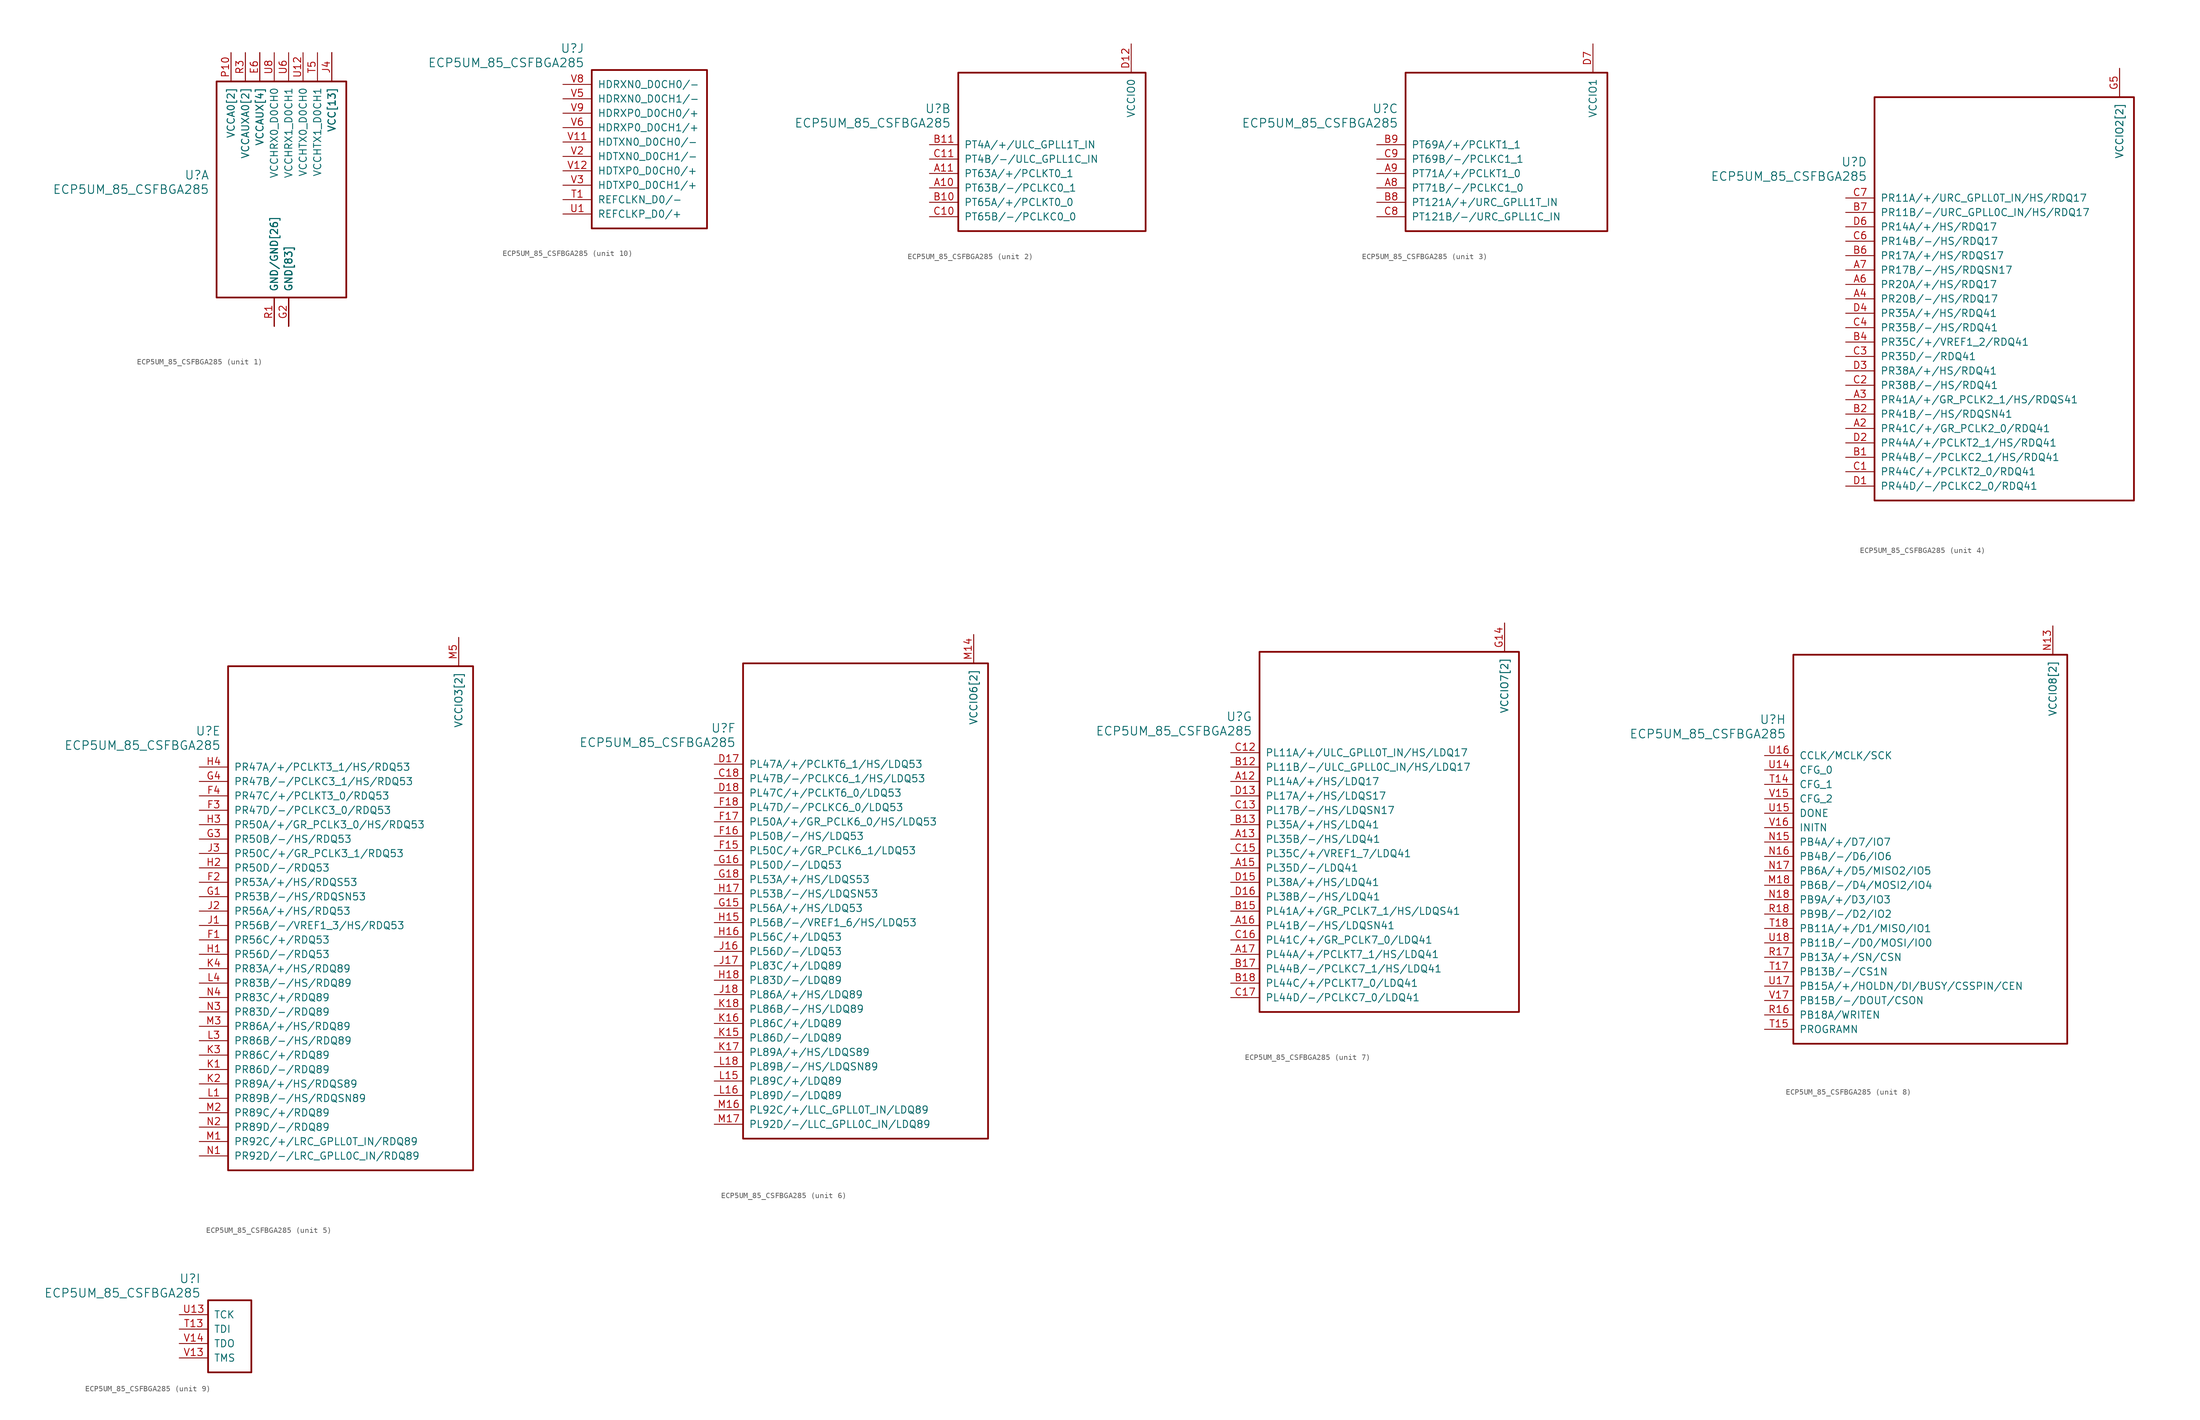
<source format=kicad_sym>
(kicad_symbol_lib
  (version 20211014)
  (generator kicad_symbol_editor)
  (symbol "ECP5UM_85_CSFBGA285"
    (pin_names
      (offset 1.016))
    (property "Reference" "U"
      (at 3.81 6.35 0)
      (effects (font (size 1.524 1.524)) (justify right)))
    (property "Value" "ECP5UM_85_CSFBGA285"
      (at 3.81 3.81 0)
      (effects (font (size 1.524 1.524)) (justify right)))
    (property "ki_locked" ""
      (at 0 0 0)
      (effects (font (size 1.27 1.27))))
    (symbol "ECP5UM_85_CSFBGA285_1_1"
      (rectangle (start 5.08 22.86) (end 27.94 -15.24) (stroke (width 0.305) (type default) (color 0 0 0 0)) (fill (type none)))
      (pin power_in line (at 17.78 -20.32 90) (length 5.08) (name "GND[83]" (effects (font (size 1.27 1.27)))) (number "B16" (effects (font (size 0 0)))))
      (pin power_in line (at 17.78 -20.32 90) (length 5.08) (name "GND[83]" (effects (font (size 1.27 1.27)))) (number "B3" (effects (font (size 0 0)))))
      (pin power_in line (at 25.4 27.94 270) (length 5.08) (name "VCC[13]" (effects (font (size 1.27 1.27)))) (number "D10" (effects (font (size 0 0)))))
      (pin power_in line (at 25.4 27.94 270) (length 5.08) (name "VCC[13]" (effects (font (size 1.27 1.27)))) (number "D11" (effects (font (size 0 0)))))
      (pin power_in line (at 25.4 27.94 270) (length 5.08) (name "VCC[13]" (effects (font (size 1.27 1.27)))) (number "D8" (effects (font (size 0 0)))))
      (pin power_in line (at 25.4 27.94 270) (length 5.08) (name "VCC[13]" (effects (font (size 1.27 1.27)))) (number "D9" (effects (font (size 0 0)))))
      (pin power_in line (at 17.78 -20.32 90) (length 5.08) (name "GND[83]" (effects (font (size 1.27 1.27)))) (number "E10" (effects (font (size 0 0)))))
      (pin power_in line (at 17.78 -20.32 90) (length 5.08) (name "GND[83]" (effects (font (size 1.27 1.27)))) (number "E11" (effects (font (size 0 0)))))
      (pin power_in line (at 17.78 -20.32 90) (length 5.08) (name "GND[83]" (effects (font (size 1.27 1.27)))) (number "E12" (effects (font (size 0 0)))))
      (pin power_in line (at 12.7 27.94 270) (length 5.08) (name "VCCAUX[4]" (effects (font (size 1.27 1.27)))) (number "E13" (effects (font (size 0 0)))))
      (pin power_in line (at 17.78 -20.32 90) (length 5.08) (name "GND[83]" (effects (font (size 1.27 1.27)))) (number "E14" (effects (font (size 0 0)))))
      (pin power_in line (at 17.78 -20.32 90) (length 5.08) (name "GND[83]" (effects (font (size 1.27 1.27)))) (number "E5" (effects (font (size 0 0)))))
      (pin power_in line (at 12.7 27.94 270) (length 5.08) (name "VCCAUX[4]" (effects (font (size 1.27 1.27)))) (number "E6" (effects (font (size 1.27 1.27)))))
      (pin power_in line (at 17.78 -20.32 90) (length 5.08) (name "GND[83]" (effects (font (size 1.27 1.27)))) (number "E7" (effects (font (size 0 0)))))
      (pin power_in line (at 17.78 -20.32 90) (length 5.08) (name "GND[83]" (effects (font (size 1.27 1.27)))) (number "E8" (effects (font (size 0 0)))))
      (pin power_in line (at 17.78 -20.32 90) (length 5.08) (name "GND[83]" (effects (font (size 1.27 1.27)))) (number "E9" (effects (font (size 0 0)))))
      (pin power_in line (at 17.78 -20.32 90) (length 5.08) (name "GND[83]" (effects (font (size 1.27 1.27)))) (number "F10" (effects (font (size 0 0)))))
      (pin power_in line (at 17.78 -20.32 90) (length 5.08) (name "GND[83]" (effects (font (size 1.27 1.27)))) (number "F11" (effects (font (size 0 0)))))
      (pin power_in line (at 17.78 -20.32 90) (length 5.08) (name "GND[83]" (effects (font (size 1.27 1.27)))) (number "F12" (effects (font (size 0 0)))))
      (pin power_in line (at 17.78 -20.32 90) (length 5.08) (name "GND[83]" (effects (font (size 1.27 1.27)))) (number "F13" (effects (font (size 0 0)))))
      (pin power_in line (at 17.78 -20.32 90) (length 5.08) (name "GND[83]" (effects (font (size 1.27 1.27)))) (number "F14" (effects (font (size 0 0)))))
      (pin power_in line (at 17.78 -20.32 90) (length 5.08) (name "GND[83]" (effects (font (size 1.27 1.27)))) (number "F5" (effects (font (size 0 0)))))
      (pin power_in line (at 17.78 -20.32 90) (length 5.08) (name "GND[83]" (effects (font (size 1.27 1.27)))) (number "F6" (effects (font (size 0 0)))))
      (pin power_in line (at 17.78 -20.32 90) (length 5.08) (name "GND[83]" (effects (font (size 1.27 1.27)))) (number "F7" (effects (font (size 0 0)))))
      (pin power_in line (at 17.78 -20.32 90) (length 5.08) (name "GND[83]" (effects (font (size 1.27 1.27)))) (number "F8" (effects (font (size 0 0)))))
      (pin power_in line (at 17.78 -20.32 90) (length 5.08) (name "GND[83]" (effects (font (size 1.27 1.27)))) (number "F9" (effects (font (size 0 0)))))
      (pin power_in line (at 17.78 -20.32 90) (length 5.08) (name "GND[83]" (effects (font (size 1.27 1.27)))) (number "G10" (effects (font (size 0 0)))))
      (pin power_in line (at 17.78 -20.32 90) (length 5.08) (name "GND[83]" (effects (font (size 1.27 1.27)))) (number "G11" (effects (font (size 0 0)))))
      (pin power_in line (at 17.78 -20.32 90) (length 5.08) (name "GND[83]" (effects (font (size 1.27 1.27)))) (number "G12" (effects (font (size 0 0)))))
      (pin power_in line (at 17.78 -20.32 90) (length 5.08) (name "GND[83]" (effects (font (size 1.27 1.27)))) (number "G13" (effects (font (size 0 0)))))
      (pin power_in line (at 17.78 -20.32 90) (length 5.08) (name "GND[83]" (effects (font (size 1.27 1.27)))) (number "G17" (effects (font (size 0 0)))))
      (pin power_in line (at 17.78 -20.32 90) (length 5.08) (name "GND[83]" (effects (font (size 1.27 1.27)))) (number "G2" (effects (font (size 1.27 1.27)))))
      (pin power_in line (at 17.78 -20.32 90) (length 5.08) (name "GND[83]" (effects (font (size 1.27 1.27)))) (number "G6" (effects (font (size 0 0)))))
      (pin power_in line (at 17.78 -20.32 90) (length 5.08) (name "GND[83]" (effects (font (size 1.27 1.27)))) (number "G7" (effects (font (size 0 0)))))
      (pin power_in line (at 17.78 -20.32 90) (length 5.08) (name "GND[83]" (effects (font (size 1.27 1.27)))) (number "G8" (effects (font (size 0 0)))))
      (pin power_in line (at 17.78 -20.32 90) (length 5.08) (name "GND[83]" (effects (font (size 1.27 1.27)))) (number "G9" (effects (font (size 0 0)))))
      (pin power_in line (at 17.78 -20.32 90) (length 5.08) (name "GND[83]" (effects (font (size 1.27 1.27)))) (number "H10" (effects (font (size 0 0)))))
      (pin power_in line (at 17.78 -20.32 90) (length 5.08) (name "GND[83]" (effects (font (size 1.27 1.27)))) (number "H11" (effects (font (size 0 0)))))
      (pin power_in line (at 17.78 -20.32 90) (length 5.08) (name "GND[83]" (effects (font (size 1.27 1.27)))) (number "H12" (effects (font (size 0 0)))))
      (pin power_in line (at 17.78 -20.32 90) (length 5.08) (name "GND[83]" (effects (font (size 1.27 1.27)))) (number "H13" (effects (font (size 0 0)))))
      (pin power_in line (at 17.78 -20.32 90) (length 5.08) (name "GND[83]" (effects (font (size 1.27 1.27)))) (number "H6" (effects (font (size 0 0)))))
      (pin power_in line (at 17.78 -20.32 90) (length 5.08) (name "GND[83]" (effects (font (size 1.27 1.27)))) (number "H7" (effects (font (size 0 0)))))
      (pin power_in line (at 17.78 -20.32 90) (length 5.08) (name "GND[83]" (effects (font (size 1.27 1.27)))) (number "H8" (effects (font (size 0 0)))))
      (pin power_in line (at 17.78 -20.32 90) (length 5.08) (name "GND[83]" (effects (font (size 1.27 1.27)))) (number "H9" (effects (font (size 0 0)))))
      (pin power_in line (at 17.78 -20.32 90) (length 5.08) (name "GND[83]" (effects (font (size 1.27 1.27)))) (number "J10" (effects (font (size 0 0)))))
      (pin power_in line (at 17.78 -20.32 90) (length 5.08) (name "GND[83]" (effects (font (size 1.27 1.27)))) (number "J11" (effects (font (size 0 0)))))
      (pin power_in line (at 17.78 -20.32 90) (length 5.08) (name "GND[83]" (effects (font (size 1.27 1.27)))) (number "J12" (effects (font (size 0 0)))))
      (pin power_in line (at 17.78 -20.32 90) (length 5.08) (name "GND[83]" (effects (font (size 1.27 1.27)))) (number "J13" (effects (font (size 0 0)))))
      (pin power_in line (at 25.4 27.94 270) (length 5.08) (name "VCC[13]" (effects (font (size 1.27 1.27)))) (number "J14" (effects (font (size 0 0)))))
      (pin power_in line (at 25.4 27.94 270) (length 5.08) (name "VCC[13]" (effects (font (size 1.27 1.27)))) (number "J15" (effects (font (size 0 0)))))
      (pin power_in line (at 25.4 27.94 270) (length 5.08) (name "VCC[13]" (effects (font (size 1.27 1.27)))) (number "J4" (effects (font (size 1.27 1.27)))))
      (pin power_in line (at 25.4 27.94 270) (length 5.08) (name "VCC[13]" (effects (font (size 1.27 1.27)))) (number "J5" (effects (font (size 0 0)))))
      (pin power_in line (at 17.78 -20.32 90) (length 5.08) (name "GND[83]" (effects (font (size 1.27 1.27)))) (number "J6" (effects (font (size 0 0)))))
      (pin power_in line (at 17.78 -20.32 90) (length 5.08) (name "GND[83]" (effects (font (size 1.27 1.27)))) (number "J7" (effects (font (size 0 0)))))
      (pin power_in line (at 17.78 -20.32 90) (length 5.08) (name "GND[83]" (effects (font (size 1.27 1.27)))) (number "J8" (effects (font (size 0 0)))))
      (pin power_in line (at 17.78 -20.32 90) (length 5.08) (name "GND[83]" (effects (font (size 1.27 1.27)))) (number "J9" (effects (font (size 0 0)))))
      (pin power_in line (at 17.78 -20.32 90) (length 5.08) (name "GND[83]" (effects (font (size 1.27 1.27)))) (number "K10" (effects (font (size 0 0)))))
      (pin power_in line (at 17.78 -20.32 90) (length 5.08) (name "GND[83]" (effects (font (size 1.27 1.27)))) (number "K11" (effects (font (size 0 0)))))
      (pin power_in line (at 17.78 -20.32 90) (length 5.08) (name "GND[83]" (effects (font (size 1.27 1.27)))) (number "K12" (effects (font (size 0 0)))))
      (pin power_in line (at 17.78 -20.32 90) (length 5.08) (name "GND[83]" (effects (font (size 1.27 1.27)))) (number "K13" (effects (font (size 0 0)))))
      (pin power_in line (at 17.78 -20.32 90) (length 5.08) (name "GND[83]" (effects (font (size 1.27 1.27)))) (number "K14" (effects (font (size 0 0)))))
      (pin power_in line (at 17.78 -20.32 90) (length 5.08) (name "GND[83]" (effects (font (size 1.27 1.27)))) (number "K5" (effects (font (size 0 0)))))
      (pin power_in line (at 17.78 -20.32 90) (length 5.08) (name "GND[83]" (effects (font (size 1.27 1.27)))) (number "K6" (effects (font (size 0 0)))))
      (pin power_in line (at 17.78 -20.32 90) (length 5.08) (name "GND[83]" (effects (font (size 1.27 1.27)))) (number "K7" (effects (font (size 0 0)))))
      (pin power_in line (at 17.78 -20.32 90) (length 5.08) (name "GND[83]" (effects (font (size 1.27 1.27)))) (number "K8" (effects (font (size 0 0)))))
      (pin power_in line (at 17.78 -20.32 90) (length 5.08) (name "GND[83]" (effects (font (size 1.27 1.27)))) (number "K9" (effects (font (size 0 0)))))
      (pin power_in line (at 17.78 -20.32 90) (length 5.08) (name "GND[83]" (effects (font (size 1.27 1.27)))) (number "L10" (effects (font (size 0 0)))))
      (pin power_in line (at 17.78 -20.32 90) (length 5.08) (name "GND[83]" (effects (font (size 1.27 1.27)))) (number "L11" (effects (font (size 0 0)))))
      (pin power_in line (at 17.78 -20.32 90) (length 5.08) (name "GND[83]" (effects (font (size 1.27 1.27)))) (number "L12" (effects (font (size 0 0)))))
      (pin power_in line (at 17.78 -20.32 90) (length 5.08) (name "GND[83]" (effects (font (size 1.27 1.27)))) (number "L13" (effects (font (size 0 0)))))
      (pin power_in line (at 17.78 -20.32 90) (length 5.08) (name "GND[83]" (effects (font (size 1.27 1.27)))) (number "L14" (effects (font (size 0 0)))))
      (pin power_in line (at 17.78 -20.32 90) (length 5.08) (name "GND[83]" (effects (font (size 1.27 1.27)))) (number "L17" (effects (font (size 0 0)))))
      (pin power_in line (at 17.78 -20.32 90) (length 5.08) (name "GND[83]" (effects (font (size 1.27 1.27)))) (number "L2" (effects (font (size 0 0)))))
      (pin power_in line (at 17.78 -20.32 90) (length 5.08) (name "GND[83]" (effects (font (size 1.27 1.27)))) (number "L5" (effects (font (size 0 0)))))
      (pin power_in line (at 17.78 -20.32 90) (length 5.08) (name "GND[83]" (effects (font (size 1.27 1.27)))) (number "L6" (effects (font (size 0 0)))))
      (pin power_in line (at 17.78 -20.32 90) (length 5.08) (name "GND[83]" (effects (font (size 1.27 1.27)))) (number "L7" (effects (font (size 0 0)))))
      (pin power_in line (at 17.78 -20.32 90) (length 5.08) (name "GND[83]" (effects (font (size 1.27 1.27)))) (number "L8" (effects (font (size 0 0)))))
      (pin power_in line (at 17.78 -20.32 90) (length 5.08) (name "GND[83]" (effects (font (size 1.27 1.27)))) (number "L9" (effects (font (size 0 0)))))
      (pin power_in line (at 17.78 -20.32 90) (length 5.08) (name "GND[83]" (effects (font (size 1.27 1.27)))) (number "M10" (effects (font (size 0 0)))))
      (pin power_in line (at 17.78 -20.32 90) (length 5.08) (name "GND[83]" (effects (font (size 1.27 1.27)))) (number "M11" (effects (font (size 0 0)))))
      (pin power_in line (at 17.78 -20.32 90) (length 5.08) (name "GND[83]" (effects (font (size 1.27 1.27)))) (number "M12" (effects (font (size 0 0)))))
      (pin power_in line (at 17.78 -20.32 90) (length 5.08) (name "GND[83]" (effects (font (size 1.27 1.27)))) (number "M13" (effects (font (size 0 0)))))
      (pin power_in line (at 25.4 27.94 270) (length 5.08) (name "VCC[13]" (effects (font (size 1.27 1.27)))) (number "M15" (effects (font (size 0 0)))))
      (pin power_in line (at 25.4 27.94 270) (length 5.08) (name "VCC[13]" (effects (font (size 1.27 1.27)))) (number "M4" (effects (font (size 0 0)))))
      (pin power_in line (at 17.78 -20.32 90) (length 5.08) (name "GND[83]" (effects (font (size 1.27 1.27)))) (number "M6" (effects (font (size 0 0)))))
      (pin power_in line (at 17.78 -20.32 90) (length 5.08) (name "GND[83]" (effects (font (size 1.27 1.27)))) (number "M7" (effects (font (size 0 0)))))
      (pin power_in line (at 17.78 -20.32 90) (length 5.08) (name "GND[83]" (effects (font (size 1.27 1.27)))) (number "M8" (effects (font (size 0 0)))))
      (pin power_in line (at 17.78 -20.32 90) (length 5.08) (name "GND[83]" (effects (font (size 1.27 1.27)))) (number "M9" (effects (font (size 0 0)))))
      (pin power_in line (at 17.78 -20.32 90) (length 5.08) (name "GND[83]" (effects (font (size 1.27 1.27)))) (number "N10" (effects (font (size 0 0)))))
      (pin power_in line (at 17.78 -20.32 90) (length 5.08) (name "GND[83]" (effects (font (size 1.27 1.27)))) (number "N11" (effects (font (size 0 0)))))
      (pin power_in line (at 17.78 -20.32 90) (length 5.08) (name "GND[83]" (effects (font (size 1.27 1.27)))) (number "N12" (effects (font (size 0 0)))))
      (pin power_in line (at 12.7 27.94 270) (length 5.08) (name "VCCAUX[4]" (effects (font (size 1.27 1.27)))) (number "N6" (effects (font (size 0 0)))))
      (pin power_in line (at 17.78 -20.32 90) (length 5.08) (name "GND[83]" (effects (font (size 1.27 1.27)))) (number "N7" (effects (font (size 0 0)))))
      (pin power_in line (at 17.78 -20.32 90) (length 5.08) (name "GND[83]" (effects (font (size 1.27 1.27)))) (number "N8" (effects (font (size 0 0)))))
      (pin power_in line (at 17.78 -20.32 90) (length 5.08) (name "GND[83]" (effects (font (size 1.27 1.27)))) (number "N9" (effects (font (size 0 0)))))
      (pin power_in line (at 7.62 27.94 270) (length 5.08) (name "VCCA0[2]" (effects (font (size 1.27 1.27)))) (number "P10" (effects (font (size 1.27 1.27)))))
      (pin power_in line (at 25.4 27.94 270) (length 5.08) (name "VCC[13]" (effects (font (size 1.27 1.27)))) (number "P11" (effects (font (size 0 0)))))
      (pin power_in line (at 15.24 -20.32 90) (length 5.08) (name "GND/GND[26]" (effects (font (size 1.27 1.27)))) (number "P12" (effects (font (size 0 0)))))
      (pin power_in line (at 12.7 27.94 270) (length 5.08) (name "VCCAUX[4]" (effects (font (size 1.27 1.27)))) (number "P13" (effects (font (size 0 0)))))
      (pin power_in line (at 10.16 27.94 270) (length 5.08) (name "VCCAUXA0[2]" (effects (font (size 1.27 1.27)))) (number "P5" (effects (font (size 0 0)))))
      (pin power_in line (at 15.24 -20.32 90) (length 5.08) (name "GND/GND[26]" (effects (font (size 1.27 1.27)))) (number "P6" (effects (font (size 0 0)))))
      (pin power_in line (at 25.4 27.94 270) (length 5.08) (name "VCC[13]" (effects (font (size 1.27 1.27)))) (number "P7" (effects (font (size 0 0)))))
      (pin power_in line (at 15.24 -20.32 90) (length 5.08) (name "GND/GND[26]" (effects (font (size 1.27 1.27)))) (number "P8" (effects (font (size 0 0)))))
      (pin power_in line (at 25.4 27.94 270) (length 5.08) (name "VCC[13]" (effects (font (size 1.27 1.27)))) (number "P9" (effects (font (size 0 0)))))
      (pin power_in line (at 15.24 -20.32 90) (length 5.08) (name "GND/GND[26]" (effects (font (size 1.27 1.27)))) (number "R1" (effects (font (size 1.27 1.27)))))
      (pin power_in line (at 7.62 27.94 270) (length 5.08) (name "VCCA0[2]" (effects (font (size 1.27 1.27)))) (number "R10" (effects (font (size 0 0)))))
      (pin power_in line (at 15.24 -20.32 90) (length 5.08) (name "GND/GND[26]" (effects (font (size 1.27 1.27)))) (number "R2" (effects (font (size 0 0)))))
      (pin power_in line (at 10.16 27.94 270) (length 5.08) (name "VCCAUXA0[2]" (effects (font (size 1.27 1.27)))) (number "R3" (effects (font (size 1.27 1.27)))))
      (pin power_in line (at 15.24 -20.32 90) (length 5.08) (name "GND/GND[26]" (effects (font (size 1.27 1.27)))) (number "T10" (effects (font (size 0 0)))))
      (pin power_in line (at 15.24 -20.32 90) (length 5.08) (name "GND/GND[26]" (effects (font (size 1.27 1.27)))) (number "T11" (effects (font (size 0 0)))))
      (pin power_in line (at 15.24 -20.32 90) (length 5.08) (name "GND/GND[26]" (effects (font (size 1.27 1.27)))) (number "T12" (effects (font (size 0 0)))))
      (pin power_in line (at 17.78 -20.32 90) (length 5.08) (name "GND[83]" (effects (font (size 1.27 1.27)))) (number "T16" (effects (font (size 0 0)))))
      (pin power_in line (at 15.24 -20.32 90) (length 5.08) (name "GND/GND[26]" (effects (font (size 1.27 1.27)))) (number "T2" (effects (font (size 0 0)))))
      (pin power_in line (at 15.24 -20.32 90) (length 5.08) (name "GND/GND[26]" (effects (font (size 1.27 1.27)))) (number "T3" (effects (font (size 0 0)))))
      (pin power_in line (at 15.24 -20.32 90) (length 5.08) (name "GND/GND[26]" (effects (font (size 1.27 1.27)))) (number "T4" (effects (font (size 0 0)))))
      (pin power_in line (at 22.86 27.94 270) (length 5.08) (name "VCCHTX1_D0CH1" (effects (font (size 1.27 1.27)))) (number "T5" (effects (font (size 1.27 1.27)))))
      (pin power_in line (at 15.24 -20.32 90) (length 5.08) (name "GND/GND[26]" (effects (font (size 1.27 1.27)))) (number "T6" (effects (font (size 0 0)))))
      (pin power_in line (at 15.24 -20.32 90) (length 5.08) (name "GND/GND[26]" (effects (font (size 1.27 1.27)))) (number "T7" (effects (font (size 0 0)))))
      (pin power_in line (at 15.24 -20.32 90) (length 5.08) (name "GND/GND[26]" (effects (font (size 1.27 1.27)))) (number "T8" (effects (font (size 0 0)))))
      (pin power_in line (at 15.24 -20.32 90) (length 5.08) (name "GND/GND[26]" (effects (font (size 1.27 1.27)))) (number "T9" (effects (font (size 0 0)))))
      (pin power_in line (at 15.24 -20.32 90) (length 5.08) (name "GND/GND[26]" (effects (font (size 1.27 1.27)))) (number "U10" (effects (font (size 0 0)))))
      (pin power_in line (at 15.24 -20.32 90) (length 5.08) (name "GND/GND[26]" (effects (font (size 1.27 1.27)))) (number "U11" (effects (font (size 0 0)))))
      (pin power_in line (at 20.32 27.94 270) (length 5.08) (name "VCCHTX0_D0CH0" (effects (font (size 1.27 1.27)))) (number "U12" (effects (font (size 1.27 1.27)))))
      (pin power_in line (at 15.24 -20.32 90) (length 5.08) (name "GND/GND[26]" (effects (font (size 1.27 1.27)))) (number "U2" (effects (font (size 0 0)))))
      (pin power_in line (at 15.24 -20.32 90) (length 5.08) (name "GND/GND[26]" (effects (font (size 1.27 1.27)))) (number "U3" (effects (font (size 0 0)))))
      (pin power_in line (at 15.24 -20.32 90) (length 5.08) (name "GND/GND[26]" (effects (font (size 1.27 1.27)))) (number "U4" (effects (font (size 0 0)))))
      (pin power_in line (at 15.24 -20.32 90) (length 5.08) (name "GND/GND[26]" (effects (font (size 1.27 1.27)))) (number "U5" (effects (font (size 0 0)))))
      (pin power_in line (at 17.78 27.94 270) (length 5.08) (name "VCCHRX1_D0CH1" (effects (font (size 1.27 1.27)))) (number "U6" (effects (font (size 1.27 1.27)))))
      (pin power_in line (at 15.24 -20.32 90) (length 5.08) (name "GND/GND[26]" (effects (font (size 1.27 1.27)))) (number "U7" (effects (font (size 0 0)))))
      (pin power_in line (at 15.24 27.94 270) (length 5.08) (name "VCCHRX0_D0CH0" (effects (font (size 1.27 1.27)))) (number "U8" (effects (font (size 1.27 1.27)))))
      (pin power_in line (at 15.24 -20.32 90) (length 5.08) (name "GND/GND[26]" (effects (font (size 1.27 1.27)))) (number "U9" (effects (font (size 0 0)))))
      (pin power_in line (at 15.24 -20.32 90) (length 5.08) (name "GND/GND[26]" (effects (font (size 1.27 1.27)))) (number "V10" (effects (font (size 0 0)))))
      (pin power_in line (at 15.24 -20.32 90) (length 5.08) (name "GND/GND[26]" (effects (font (size 1.27 1.27)))) (number "V4" (effects (font (size 0 0)))))
      (pin power_in line (at 15.24 -20.32 90) (length 5.08) (name "GND/GND[26]" (effects (font (size 1.27 1.27)))) (number "V7" (effects (font (size 0 0))))))
    (symbol "ECP5UM_85_CSFBGA285_2_1"
      (rectangle (start 5.08 12.7) (end 38.1 -15.24) (stroke (width 0.305) (type default) (color 0 0 0 0)) (fill (type none)))
      (pin bidirectional line (at 0 -7.62 0) (length 5.08) (name "PT63B/-/PCLKC0_1" (effects (font (size 1.27 1.27)))) (number "A10" (effects (font (size 1.27 1.27)))))
      (pin bidirectional line (at 0 -5.08 0) (length 5.08) (name "PT63A/+/PCLKT0_1" (effects (font (size 1.27 1.27)))) (number "A11" (effects (font (size 1.27 1.27)))))
      (pin bidirectional line (at 0 -10.16 0) (length 5.08) (name "PT65A/+/PCLKT0_0" (effects (font (size 1.27 1.27)))) (number "B10" (effects (font (size 1.27 1.27)))))
      (pin bidirectional line (at 0 0 0) (length 5.08) (name "PT4A/+/ULC_GPLL1T_IN" (effects (font (size 1.27 1.27)))) (number "B11" (effects (font (size 1.27 1.27)))))
      (pin bidirectional line (at 0 -12.7 0) (length 5.08) (name "PT65B/-/PCLKC0_0" (effects (font (size 1.27 1.27)))) (number "C10" (effects (font (size 1.27 1.27)))))
      (pin bidirectional line (at 0 -2.54 0) (length 5.08) (name "PT4B/-/ULC_GPLL1C_IN" (effects (font (size 1.27 1.27)))) (number "C11" (effects (font (size 1.27 1.27)))))
      (pin power_in line (at 35.56 17.78 270) (length 5.08) (name "VCCIO0" (effects (font (size 1.27 1.27)))) (number "D12" (effects (font (size 1.27 1.27))))))
    (symbol "ECP5UM_85_CSFBGA285_3_1"
      (rectangle (start 5.08 12.7) (end 40.64 -15.24) (stroke (width 0.305) (type default) (color 0 0 0 0)) (fill (type none)))
      (pin bidirectional line (at 0 -7.62 0) (length 5.08) (name "PT71B/-/PCLKC1_0" (effects (font (size 1.27 1.27)))) (number "A8" (effects (font (size 1.27 1.27)))))
      (pin bidirectional line (at 0 -5.08 0) (length 5.08) (name "PT71A/+/PCLKT1_0" (effects (font (size 1.27 1.27)))) (number "A9" (effects (font (size 1.27 1.27)))))
      (pin bidirectional line (at 0 -10.16 0) (length 5.08) (name "PT121A/+/URC_GPLL1T_IN" (effects (font (size 1.27 1.27)))) (number "B8" (effects (font (size 1.27 1.27)))))
      (pin bidirectional line (at 0 0 0) (length 5.08) (name "PT69A/+/PCLKT1_1" (effects (font (size 1.27 1.27)))) (number "B9" (effects (font (size 1.27 1.27)))))
      (pin bidirectional line (at 0 -12.7 0) (length 5.08) (name "PT121B/-/URC_GPLL1C_IN" (effects (font (size 1.27 1.27)))) (number "C8" (effects (font (size 1.27 1.27)))))
      (pin bidirectional line (at 0 -2.54 0) (length 5.08) (name "PT69B/-/PCLKC1_1" (effects (font (size 1.27 1.27)))) (number "C9" (effects (font (size 1.27 1.27)))))
      (pin power_in line (at 38.1 17.78 270) (length 5.08) (name "VCCIO1" (effects (font (size 1.27 1.27)))) (number "D7" (effects (font (size 1.27 1.27))))))
    (symbol "ECP5UM_85_CSFBGA285_4_1"
      (rectangle (start 5.08 17.78) (end 50.8 -53.34) (stroke (width 0.305) (type default) (color 0 0 0 0)) (fill (type none)))
      (pin bidirectional line (at 0 -40.64 0) (length 5.08) (name "PR41C/+/GR_PCLK2_0/RDQ41" (effects (font (size 1.27 1.27)))) (number "A2" (effects (font (size 1.27 1.27)))))
      (pin bidirectional line (at 0 -35.56 0) (length 5.08) (name "PR41A/+/GR_PCLK2_1/HS/RDQS41" (effects (font (size 1.27 1.27)))) (number "A3" (effects (font (size 1.27 1.27)))))
      (pin bidirectional line (at 0 -17.78 0) (length 5.08) (name "PR20B/-/HS/RDQ17" (effects (font (size 1.27 1.27)))) (number "A4" (effects (font (size 1.27 1.27)))))
      (pin bidirectional line (at 0 -15.24 0) (length 5.08) (name "PR20A/+/HS/RDQ17" (effects (font (size 1.27 1.27)))) (number "A6" (effects (font (size 1.27 1.27)))))
      (pin bidirectional line (at 0 -12.7 0) (length 5.08) (name "PR17B/-/HS/RDQSN17" (effects (font (size 1.27 1.27)))) (number "A7" (effects (font (size 1.27 1.27)))))
      (pin bidirectional line (at 0 -45.72 0) (length 5.08) (name "PR44B/-/PCLKC2_1/HS/RDQ41" (effects (font (size 1.27 1.27)))) (number "B1" (effects (font (size 1.27 1.27)))))
      (pin bidirectional line (at 0 -38.1 0) (length 5.08) (name "PR41B/-/HS/RDQSN41" (effects (font (size 1.27 1.27)))) (number "B2" (effects (font (size 1.27 1.27)))))
      (pin bidirectional line (at 0 -25.4 0) (length 5.08) (name "PR35C/+/VREF1_2/RDQ41" (effects (font (size 1.27 1.27)))) (number "B4" (effects (font (size 1.27 1.27)))))
      (pin bidirectional line (at 0 -10.16 0) (length 5.08) (name "PR17A/+/HS/RDQS17" (effects (font (size 1.27 1.27)))) (number "B6" (effects (font (size 1.27 1.27)))))
      (pin bidirectional line (at 0 -2.54 0) (length 5.08) (name "PR11B/-/URC_GPLL0C_IN/HS/RDQ17" (effects (font (size 1.27 1.27)))) (number "B7" (effects (font (size 1.27 1.27)))))
      (pin bidirectional line (at 0 -48.26 0) (length 5.08) (name "PR44C/+/PCLKT2_0/RDQ41" (effects (font (size 1.27 1.27)))) (number "C1" (effects (font (size 1.27 1.27)))))
      (pin bidirectional line (at 0 -33.02 0) (length 5.08) (name "PR38B/-/HS/RDQ41" (effects (font (size 1.27 1.27)))) (number "C2" (effects (font (size 1.27 1.27)))))
      (pin bidirectional line (at 0 -27.94 0) (length 5.08) (name "PR35D/-/RDQ41" (effects (font (size 1.27 1.27)))) (number "C3" (effects (font (size 1.27 1.27)))))
      (pin bidirectional line (at 0 -22.86 0) (length 5.08) (name "PR35B/-/HS/RDQ41" (effects (font (size 1.27 1.27)))) (number "C4" (effects (font (size 1.27 1.27)))))
      (pin bidirectional line (at 0 -7.62 0) (length 5.08) (name "PR14B/-/HS/RDQ17" (effects (font (size 1.27 1.27)))) (number "C6" (effects (font (size 1.27 1.27)))))
      (pin bidirectional line (at 0 0 0) (length 5.08) (name "PR11A/+/URC_GPLL0T_IN/HS/RDQ17" (effects (font (size 1.27 1.27)))) (number "C7" (effects (font (size 1.27 1.27)))))
      (pin bidirectional line (at 0 -50.8 0) (length 5.08) (name "PR44D/-/PCLKC2_0/RDQ41" (effects (font (size 1.27 1.27)))) (number "D1" (effects (font (size 1.27 1.27)))))
      (pin bidirectional line (at 0 -43.18 0) (length 5.08) (name "PR44A/+/PCLKT2_1/HS/RDQ41" (effects (font (size 1.27 1.27)))) (number "D2" (effects (font (size 1.27 1.27)))))
      (pin bidirectional line (at 0 -30.48 0) (length 5.08) (name "PR38A/+/HS/RDQ41" (effects (font (size 1.27 1.27)))) (number "D3" (effects (font (size 1.27 1.27)))))
      (pin bidirectional line (at 0 -20.32 0) (length 5.08) (name "PR35A/+/HS/RDQ41" (effects (font (size 1.27 1.27)))) (number "D4" (effects (font (size 1.27 1.27)))))
      (pin bidirectional line (at 0 -5.08 0) (length 5.08) (name "PR14A/+/HS/RDQ17" (effects (font (size 1.27 1.27)))) (number "D6" (effects (font (size 1.27 1.27)))))
      (pin power_in line (at 48.26 22.86 270) (length 5.08) (name "VCCIO2[2]" (effects (font (size 1.27 1.27)))) (number "G5" (effects (font (size 1.27 1.27)))))
      (pin power_in line (at 48.26 22.86 270) (length 5.08) (name "VCCIO2[2]" (effects (font (size 1.27 1.27)))) (number "H5" (effects (font (size 0 0))))))
    (symbol "ECP5UM_85_CSFBGA285_5_1"
      (rectangle (start 5.08 17.78) (end 48.26 -71.12) (stroke (width 0.305) (type default) (color 0 0 0 0)) (fill (type none)))
      (pin bidirectional line (at 0 -30.48 0) (length 5.08) (name "PR56C/+/RDQ53" (effects (font (size 1.27 1.27)))) (number "F1" (effects (font (size 1.27 1.27)))))
      (pin bidirectional line (at 0 -20.32 0) (length 5.08) (name "PR53A/+/HS/RDQS53" (effects (font (size 1.27 1.27)))) (number "F2" (effects (font (size 1.27 1.27)))))
      (pin bidirectional line (at 0 -7.62 0) (length 5.08) (name "PR47D/-/PCLKC3_0/RDQ53" (effects (font (size 1.27 1.27)))) (number "F3" (effects (font (size 1.27 1.27)))))
      (pin bidirectional line (at 0 -5.08 0) (length 5.08) (name "PR47C/+/PCLKT3_0/RDQ53" (effects (font (size 1.27 1.27)))) (number "F4" (effects (font (size 1.27 1.27)))))
      (pin bidirectional line (at 0 -22.86 0) (length 5.08) (name "PR53B/-/HS/RDQSN53" (effects (font (size 1.27 1.27)))) (number "G1" (effects (font (size 1.27 1.27)))))
      (pin bidirectional line (at 0 -12.7 0) (length 5.08) (name "PR50B/-/HS/RDQ53" (effects (font (size 1.27 1.27)))) (number "G3" (effects (font (size 1.27 1.27)))))
      (pin bidirectional line (at 0 -2.54 0) (length 5.08) (name "PR47B/-/PCLKC3_1/HS/RDQ53" (effects (font (size 1.27 1.27)))) (number "G4" (effects (font (size 1.27 1.27)))))
      (pin bidirectional line (at 0 -33.02 0) (length 5.08) (name "PR56D/-/RDQ53" (effects (font (size 1.27 1.27)))) (number "H1" (effects (font (size 1.27 1.27)))))
      (pin bidirectional line (at 0 -17.78 0) (length 5.08) (name "PR50D/-/RDQ53" (effects (font (size 1.27 1.27)))) (number "H2" (effects (font (size 1.27 1.27)))))
      (pin bidirectional line (at 0 -10.16 0) (length 5.08) (name "PR50A/+/GR_PCLK3_0/HS/RDQ53" (effects (font (size 1.27 1.27)))) (number "H3" (effects (font (size 1.27 1.27)))))
      (pin bidirectional line (at 0 0 0) (length 5.08) (name "PR47A/+/PCLKT3_1/HS/RDQ53" (effects (font (size 1.27 1.27)))) (number "H4" (effects (font (size 1.27 1.27)))))
      (pin bidirectional line (at 0 -27.94 0) (length 5.08) (name "PR56B/-/VREF1_3/HS/RDQ53" (effects (font (size 1.27 1.27)))) (number "J1" (effects (font (size 1.27 1.27)))))
      (pin bidirectional line (at 0 -25.4 0) (length 5.08) (name "PR56A/+/HS/RDQ53" (effects (font (size 1.27 1.27)))) (number "J2" (effects (font (size 1.27 1.27)))))
      (pin bidirectional line (at 0 -15.24 0) (length 5.08) (name "PR50C/+/GR_PCLK3_1/RDQ53" (effects (font (size 1.27 1.27)))) (number "J3" (effects (font (size 1.27 1.27)))))
      (pin bidirectional line (at 0 -53.34 0) (length 5.08) (name "PR86D/-/RDQ89" (effects (font (size 1.27 1.27)))) (number "K1" (effects (font (size 1.27 1.27)))))
      (pin bidirectional line (at 0 -55.88 0) (length 5.08) (name "PR89A/+/HS/RDQS89" (effects (font (size 1.27 1.27)))) (number "K2" (effects (font (size 1.27 1.27)))))
      (pin bidirectional line (at 0 -50.8 0) (length 5.08) (name "PR86C/+/RDQ89" (effects (font (size 1.27 1.27)))) (number "K3" (effects (font (size 1.27 1.27)))))
      (pin bidirectional line (at 0 -35.56 0) (length 5.08) (name "PR83A/+/HS/RDQ89" (effects (font (size 1.27 1.27)))) (number "K4" (effects (font (size 1.27 1.27)))))
      (pin bidirectional line (at 0 -58.42 0) (length 5.08) (name "PR89B/-/HS/RDQSN89" (effects (font (size 1.27 1.27)))) (number "L1" (effects (font (size 1.27 1.27)))))
      (pin bidirectional line (at 0 -48.26 0) (length 5.08) (name "PR86B/-/HS/RDQ89" (effects (font (size 1.27 1.27)))) (number "L3" (effects (font (size 1.27 1.27)))))
      (pin bidirectional line (at 0 -38.1 0) (length 5.08) (name "PR83B/-/HS/RDQ89" (effects (font (size 1.27 1.27)))) (number "L4" (effects (font (size 1.27 1.27)))))
      (pin bidirectional line (at 0 -66.04 0) (length 5.08) (name "PR92C/+/LRC_GPLL0T_IN/RDQ89" (effects (font (size 1.27 1.27)))) (number "M1" (effects (font (size 1.27 1.27)))))
      (pin bidirectional line (at 0 -60.96 0) (length 5.08) (name "PR89C/+/RDQ89" (effects (font (size 1.27 1.27)))) (number "M2" (effects (font (size 1.27 1.27)))))
      (pin bidirectional line (at 0 -45.72 0) (length 5.08) (name "PR86A/+/HS/RDQ89" (effects (font (size 1.27 1.27)))) (number "M3" (effects (font (size 1.27 1.27)))))
      (pin power_in line (at 45.72 22.86 270) (length 5.08) (name "VCCIO3[2]" (effects (font (size 1.27 1.27)))) (number "M5" (effects (font (size 1.27 1.27)))))
      (pin bidirectional line (at 0 -68.58 0) (length 5.08) (name "PR92D/-/LRC_GPLL0C_IN/RDQ89" (effects (font (size 1.27 1.27)))) (number "N1" (effects (font (size 1.27 1.27)))))
      (pin bidirectional line (at 0 -63.5 0) (length 5.08) (name "PR89D/-/RDQ89" (effects (font (size 1.27 1.27)))) (number "N2" (effects (font (size 1.27 1.27)))))
      (pin bidirectional line (at 0 -43.18 0) (length 5.08) (name "PR83D/-/RDQ89" (effects (font (size 1.27 1.27)))) (number "N3" (effects (font (size 1.27 1.27)))))
      (pin bidirectional line (at 0 -40.64 0) (length 5.08) (name "PR83C/+/RDQ89" (effects (font (size 1.27 1.27)))) (number "N4" (effects (font (size 1.27 1.27)))))
      (pin power_in line (at 45.72 22.86 270) (length 5.08) (name "VCCIO3[2]" (effects (font (size 1.27 1.27)))) (number "N5" (effects (font (size 0 0))))))
    (symbol "ECP5UM_85_CSFBGA285_6_1"
      (rectangle (start 5.08 17.78) (end 48.26 -66.04) (stroke (width 0.305) (type default) (color 0 0 0 0)) (fill (type none)))
      (pin bidirectional line (at 0 -2.54 0) (length 5.08) (name "PL47B/-/PCLKC6_1/HS/LDQ53" (effects (font (size 1.27 1.27)))) (number "C18" (effects (font (size 1.27 1.27)))))
      (pin bidirectional line (at 0 0 0) (length 5.08) (name "PL47A/+/PCLKT6_1/HS/LDQ53" (effects (font (size 1.27 1.27)))) (number "D17" (effects (font (size 1.27 1.27)))))
      (pin bidirectional line (at 0 -5.08 0) (length 5.08) (name "PL47C/+/PCLKT6_0/LDQ53" (effects (font (size 1.27 1.27)))) (number "D18" (effects (font (size 1.27 1.27)))))
      (pin bidirectional line (at 0 -15.24 0) (length 5.08) (name "PL50C/+/GR_PCLK6_1/LDQ53" (effects (font (size 1.27 1.27)))) (number "F15" (effects (font (size 1.27 1.27)))))
      (pin bidirectional line (at 0 -12.7 0) (length 5.08) (name "PL50B/-/HS/LDQ53" (effects (font (size 1.27 1.27)))) (number "F16" (effects (font (size 1.27 1.27)))))
      (pin bidirectional line (at 0 -10.16 0) (length 5.08) (name "PL50A/+/GR_PCLK6_0/HS/LDQ53" (effects (font (size 1.27 1.27)))) (number "F17" (effects (font (size 1.27 1.27)))))
      (pin bidirectional line (at 0 -7.62 0) (length 5.08) (name "PL47D/-/PCLKC6_0/LDQ53" (effects (font (size 1.27 1.27)))) (number "F18" (effects (font (size 1.27 1.27)))))
      (pin bidirectional line (at 0 -25.4 0) (length 5.08) (name "PL56A/+/HS/LDQ53" (effects (font (size 1.27 1.27)))) (number "G15" (effects (font (size 1.27 1.27)))))
      (pin bidirectional line (at 0 -17.78 0) (length 5.08) (name "PL50D/-/LDQ53" (effects (font (size 1.27 1.27)))) (number "G16" (effects (font (size 1.27 1.27)))))
      (pin bidirectional line (at 0 -20.32 0) (length 5.08) (name "PL53A/+/HS/LDQS53" (effects (font (size 1.27 1.27)))) (number "G18" (effects (font (size 1.27 1.27)))))
      (pin bidirectional line (at 0 -27.94 0) (length 5.08) (name "PL56B/-/VREF1_6/HS/LDQ53" (effects (font (size 1.27 1.27)))) (number "H15" (effects (font (size 1.27 1.27)))))
      (pin bidirectional line (at 0 -30.48 0) (length 5.08) (name "PL56C/+/LDQ53" (effects (font (size 1.27 1.27)))) (number "H16" (effects (font (size 1.27 1.27)))))
      (pin bidirectional line (at 0 -22.86 0) (length 5.08) (name "PL53B/-/HS/LDQSN53" (effects (font (size 1.27 1.27)))) (number "H17" (effects (font (size 1.27 1.27)))))
      (pin bidirectional line (at 0 -38.1 0) (length 5.08) (name "PL83D/-/LDQ89" (effects (font (size 1.27 1.27)))) (number "H18" (effects (font (size 1.27 1.27)))))
      (pin bidirectional line (at 0 -33.02 0) (length 5.08) (name "PL56D/-/LDQ53" (effects (font (size 1.27 1.27)))) (number "J16" (effects (font (size 1.27 1.27)))))
      (pin bidirectional line (at 0 -35.56 0) (length 5.08) (name "PL83C/+/LDQ89" (effects (font (size 1.27 1.27)))) (number "J17" (effects (font (size 1.27 1.27)))))
      (pin bidirectional line (at 0 -40.64 0) (length 5.08) (name "PL86A/+/HS/LDQ89" (effects (font (size 1.27 1.27)))) (number "J18" (effects (font (size 1.27 1.27)))))
      (pin bidirectional line (at 0 -48.26 0) (length 5.08) (name "PL86D/-/LDQ89" (effects (font (size 1.27 1.27)))) (number "K15" (effects (font (size 1.27 1.27)))))
      (pin bidirectional line (at 0 -45.72 0) (length 5.08) (name "PL86C/+/LDQ89" (effects (font (size 1.27 1.27)))) (number "K16" (effects (font (size 1.27 1.27)))))
      (pin bidirectional line (at 0 -50.8 0) (length 5.08) (name "PL89A/+/HS/LDQS89" (effects (font (size 1.27 1.27)))) (number "K17" (effects (font (size 1.27 1.27)))))
      (pin bidirectional line (at 0 -43.18 0) (length 5.08) (name "PL86B/-/HS/LDQ89" (effects (font (size 1.27 1.27)))) (number "K18" (effects (font (size 1.27 1.27)))))
      (pin bidirectional line (at 0 -55.88 0) (length 5.08) (name "PL89C/+/LDQ89" (effects (font (size 1.27 1.27)))) (number "L15" (effects (font (size 1.27 1.27)))))
      (pin bidirectional line (at 0 -58.42 0) (length 5.08) (name "PL89D/-/LDQ89" (effects (font (size 1.27 1.27)))) (number "L16" (effects (font (size 1.27 1.27)))))
      (pin bidirectional line (at 0 -53.34 0) (length 5.08) (name "PL89B/-/HS/LDQSN89" (effects (font (size 1.27 1.27)))) (number "L18" (effects (font (size 1.27 1.27)))))
      (pin power_in line (at 45.72 22.86 270) (length 5.08) (name "VCCIO6[2]" (effects (font (size 1.27 1.27)))) (number "M14" (effects (font (size 1.27 1.27)))))
      (pin bidirectional line (at 0 -60.96 0) (length 5.08) (name "PL92C/+/LLC_GPLL0T_IN/LDQ89" (effects (font (size 1.27 1.27)))) (number "M16" (effects (font (size 1.27 1.27)))))
      (pin bidirectional line (at 0 -63.5 0) (length 5.08) (name "PL92D/-/LLC_GPLL0C_IN/LDQ89" (effects (font (size 1.27 1.27)))) (number "M17" (effects (font (size 1.27 1.27)))))
      (pin power_in line (at 45.72 22.86 270) (length 5.08) (name "VCCIO6[2]" (effects (font (size 1.27 1.27)))) (number "N14" (effects (font (size 0 0))))))
    (symbol "ECP5UM_85_CSFBGA285_7_1"
      (rectangle (start 5.08 17.78) (end 50.8 -45.72) (stroke (width 0.305) (type default) (color 0 0 0 0)) (fill (type none)))
      (pin bidirectional line (at 0 -5.08 0) (length 5.08) (name "PL14A/+/HS/LDQ17" (effects (font (size 1.27 1.27)))) (number "A12" (effects (font (size 1.27 1.27)))))
      (pin bidirectional line (at 0 -15.24 0) (length 5.08) (name "PL35B/-/HS/LDQ41" (effects (font (size 1.27 1.27)))) (number "A13" (effects (font (size 1.27 1.27)))))
      (pin bidirectional line (at 0 -20.32 0) (length 5.08) (name "PL35D/-/LDQ41" (effects (font (size 1.27 1.27)))) (number "A15" (effects (font (size 1.27 1.27)))))
      (pin bidirectional line (at 0 -30.48 0) (length 5.08) (name "PL41B/-/HS/LDQSN41" (effects (font (size 1.27 1.27)))) (number "A16" (effects (font (size 1.27 1.27)))))
      (pin bidirectional line (at 0 -35.56 0) (length 5.08) (name "PL44A/+/PCLKT7_1/HS/LDQ41" (effects (font (size 1.27 1.27)))) (number "A17" (effects (font (size 1.27 1.27)))))
      (pin bidirectional line (at 0 -2.54 0) (length 5.08) (name "PL11B/-/ULC_GPLL0C_IN/HS/LDQ17" (effects (font (size 1.27 1.27)))) (number "B12" (effects (font (size 1.27 1.27)))))
      (pin bidirectional line (at 0 -12.7 0) (length 5.08) (name "PL35A/+/HS/LDQ41" (effects (font (size 1.27 1.27)))) (number "B13" (effects (font (size 1.27 1.27)))))
      (pin bidirectional line (at 0 -27.94 0) (length 5.08) (name "PL41A/+/GR_PCLK7_1/HS/LDQS41" (effects (font (size 1.27 1.27)))) (number "B15" (effects (font (size 1.27 1.27)))))
      (pin bidirectional line (at 0 -38.1 0) (length 5.08) (name "PL44B/-/PCLKC7_1/HS/LDQ41" (effects (font (size 1.27 1.27)))) (number "B17" (effects (font (size 1.27 1.27)))))
      (pin bidirectional line (at 0 -40.64 0) (length 5.08) (name "PL44C/+/PCLKT7_0/LDQ41" (effects (font (size 1.27 1.27)))) (number "B18" (effects (font (size 1.27 1.27)))))
      (pin bidirectional line (at 0 0 0) (length 5.08) (name "PL11A/+/ULC_GPLL0T_IN/HS/LDQ17" (effects (font (size 1.27 1.27)))) (number "C12" (effects (font (size 1.27 1.27)))))
      (pin bidirectional line (at 0 -10.16 0) (length 5.08) (name "PL17B/-/HS/LDQSN17" (effects (font (size 1.27 1.27)))) (number "C13" (effects (font (size 1.27 1.27)))))
      (pin bidirectional line (at 0 -17.78 0) (length 5.08) (name "PL35C/+/VREF1_7/LDQ41" (effects (font (size 1.27 1.27)))) (number "C15" (effects (font (size 1.27 1.27)))))
      (pin bidirectional line (at 0 -33.02 0) (length 5.08) (name "PL41C/+/GR_PCLK7_0/LDQ41" (effects (font (size 1.27 1.27)))) (number "C16" (effects (font (size 1.27 1.27)))))
      (pin bidirectional line (at 0 -43.18 0) (length 5.08) (name "PL44D/-/PCLKC7_0/LDQ41" (effects (font (size 1.27 1.27)))) (number "C17" (effects (font (size 1.27 1.27)))))
      (pin bidirectional line (at 0 -7.62 0) (length 5.08) (name "PL17A/+/HS/LDQS17" (effects (font (size 1.27 1.27)))) (number "D13" (effects (font (size 1.27 1.27)))))
      (pin bidirectional line (at 0 -22.86 0) (length 5.08) (name "PL38A/+/HS/LDQ41" (effects (font (size 1.27 1.27)))) (number "D15" (effects (font (size 1.27 1.27)))))
      (pin bidirectional line (at 0 -25.4 0) (length 5.08) (name "PL38B/-/HS/LDQ41" (effects (font (size 1.27 1.27)))) (number "D16" (effects (font (size 1.27 1.27)))))
      (pin power_in line (at 48.26 22.86 270) (length 5.08) (name "VCCIO7[2]" (effects (font (size 1.27 1.27)))) (number "G14" (effects (font (size 1.27 1.27)))))
      (pin power_in line (at 48.26 22.86 270) (length 5.08) (name "VCCIO7[2]" (effects (font (size 1.27 1.27)))) (number "H14" (effects (font (size 0 0))))))
    (symbol "ECP5UM_85_CSFBGA285_8_1"
      (rectangle (start 5.08 17.78) (end 53.34 -50.8) (stroke (width 0.305) (type default) (color 0 0 0 0)) (fill (type none)))
      (pin bidirectional line (at 0 -22.86 0) (length 5.08) (name "PB6B/-/D4/MOSI2/IO4" (effects (font (size 1.27 1.27)))) (number "M18" (effects (font (size 1.27 1.27)))))
      (pin power_in line (at 50.8 22.86 270) (length 5.08) (name "VCCIO8[2]" (effects (font (size 1.27 1.27)))) (number "N13" (effects (font (size 1.27 1.27)))))
      (pin bidirectional line (at 0 -15.24 0) (length 5.08) (name "PB4A/+/D7/IO7" (effects (font (size 1.27 1.27)))) (number "N15" (effects (font (size 1.27 1.27)))))
      (pin bidirectional line (at 0 -17.78 0) (length 5.08) (name "PB4B/-/D6/IO6" (effects (font (size 1.27 1.27)))) (number "N16" (effects (font (size 1.27 1.27)))))
      (pin bidirectional line (at 0 -20.32 0) (length 5.08) (name "PB6A/+/D5/MISO2/IO5" (effects (font (size 1.27 1.27)))) (number "N17" (effects (font (size 1.27 1.27)))))
      (pin bidirectional line (at 0 -25.4 0) (length 5.08) (name "PB9A/+/D3/IO3" (effects (font (size 1.27 1.27)))) (number "N18" (effects (font (size 1.27 1.27)))))
      (pin power_in line (at 50.8 22.86 270) (length 5.08) (name "VCCIO8[2]" (effects (font (size 1.27 1.27)))) (number "P14" (effects (font (size 0 0)))))
      (pin bidirectional line (at 0 -45.72 0) (length 5.08) (name "PB18A/WRITEN" (effects (font (size 1.27 1.27)))) (number "R16" (effects (font (size 1.27 1.27)))))
      (pin bidirectional line (at 0 -35.56 0) (length 5.08) (name "PB13A/+/SN/CSN" (effects (font (size 1.27 1.27)))) (number "R17" (effects (font (size 1.27 1.27)))))
      (pin bidirectional line (at 0 -27.94 0) (length 5.08) (name "PB9B/-/D2/IO2" (effects (font (size 1.27 1.27)))) (number "R18" (effects (font (size 1.27 1.27)))))
      (pin bidirectional line (at 0 -5.08 0) (length 5.08) (name "CFG_1" (effects (font (size 1.27 1.27)))) (number "T14" (effects (font (size 1.27 1.27)))))
      (pin bidirectional line (at 0 -48.26 0) (length 5.08) (name "PROGRAMN" (effects (font (size 1.27 1.27)))) (number "T15" (effects (font (size 1.27 1.27)))))
      (pin bidirectional line (at 0 -38.1 0) (length 5.08) (name "PB13B/-/CS1N" (effects (font (size 1.27 1.27)))) (number "T17" (effects (font (size 1.27 1.27)))))
      (pin bidirectional line (at 0 -30.48 0) (length 5.08) (name "PB11A/+/D1/MISO/IO1" (effects (font (size 1.27 1.27)))) (number "T18" (effects (font (size 1.27 1.27)))))
      (pin bidirectional line (at 0 -2.54 0) (length 5.08) (name "CFG_0" (effects (font (size 1.27 1.27)))) (number "U14" (effects (font (size 1.27 1.27)))))
      (pin bidirectional line (at 0 -10.16 0) (length 5.08) (name "DONE" (effects (font (size 1.27 1.27)))) (number "U15" (effects (font (size 1.27 1.27)))))
      (pin bidirectional line (at 0 0 0) (length 5.08) (name "CCLK/MCLK/SCK" (effects (font (size 1.27 1.27)))) (number "U16" (effects (font (size 1.27 1.27)))))
      (pin bidirectional line (at 0 -40.64 0) (length 5.08) (name "PB15A/+/HOLDN/DI/BUSY/CSSPIN/CEN" (effects (font (size 1.27 1.27)))) (number "U17" (effects (font (size 1.27 1.27)))))
      (pin bidirectional line (at 0 -33.02 0) (length 5.08) (name "PB11B/-/D0/MOSI/IO0" (effects (font (size 1.27 1.27)))) (number "U18" (effects (font (size 1.27 1.27)))))
      (pin bidirectional line (at 0 -7.62 0) (length 5.08) (name "CFG_2" (effects (font (size 1.27 1.27)))) (number "V15" (effects (font (size 1.27 1.27)))))
      (pin bidirectional line (at 0 -12.7 0) (length 5.08) (name "INITN" (effects (font (size 1.27 1.27)))) (number "V16" (effects (font (size 1.27 1.27)))))
      (pin bidirectional line (at 0 -43.18 0) (length 5.08) (name "PB15B/-/DOUT/CSON" (effects (font (size 1.27 1.27)))) (number "V17" (effects (font (size 1.27 1.27))))))
    (symbol "ECP5UM_85_CSFBGA285_9_1"
      (rectangle (start 5.08 2.54) (end 12.7 -10.16) (stroke (width 0.305) (type default) (color 0 0 0 0)) (fill (type none)))
      (pin bidirectional line (at 0 -2.54 0) (length 5.08) (name "TDI" (effects (font (size 1.27 1.27)))) (number "T13" (effects (font (size 1.27 1.27)))))
      (pin bidirectional line (at 0 0 0) (length 5.08) (name "TCK" (effects (font (size 1.27 1.27)))) (number "U13" (effects (font (size 1.27 1.27)))))
      (pin bidirectional line (at 0 -7.62 0) (length 5.08) (name "TMS" (effects (font (size 1.27 1.27)))) (number "V13" (effects (font (size 1.27 1.27)))))
      (pin bidirectional line (at 0 -5.08 0) (length 5.08) (name "TDO" (effects (font (size 1.27 1.27)))) (number "V14" (effects (font (size 1.27 1.27))))))
    (symbol "ECP5UM_85_CSFBGA285_10_1"
      (rectangle (start 5.08 2.54) (end 25.4 -25.4) (stroke (width 0.305) (type default) (color 0 0 0 0)) (fill (type none)))
      (pin bidirectional line (at 0 -20.32 0) (length 5.08) (name "REFCLKN_D0/-" (effects (font (size 1.27 1.27)))) (number "T1" (effects (font (size 1.27 1.27)))))
      (pin bidirectional line (at 0 -22.86 0) (length 5.08) (name "REFCLKP_D0/+" (effects (font (size 1.27 1.27)))) (number "U1" (effects (font (size 1.27 1.27)))))
      (pin bidirectional line (at 0 -10.16 0) (length 5.08) (name "HDTXN0_D0CH0/-" (effects (font (size 1.27 1.27)))) (number "V11" (effects (font (size 1.27 1.27)))))
      (pin bidirectional line (at 0 -15.24 0) (length 5.08) (name "HDTXP0_D0CH0/+" (effects (font (size 1.27 1.27)))) (number "V12" (effects (font (size 1.27 1.27)))))
      (pin bidirectional line (at 0 -12.7 0) (length 5.08) (name "HDTXN0_D0CH1/-" (effects (font (size 1.27 1.27)))) (number "V2" (effects (font (size 1.27 1.27)))))
      (pin bidirectional line (at 0 -17.78 0) (length 5.08) (name "HDTXP0_D0CH1/+" (effects (font (size 1.27 1.27)))) (number "V3" (effects (font (size 1.27 1.27)))))
      (pin bidirectional line (at 0 -2.54 0) (length 5.08) (name "HDRXN0_D0CH1/-" (effects (font (size 1.27 1.27)))) (number "V5" (effects (font (size 1.27 1.27)))))
      (pin bidirectional line (at 0 -7.62 0) (length 5.08) (name "HDRXP0_D0CH1/+" (effects (font (size 1.27 1.27)))) (number "V6" (effects (font (size 1.27 1.27)))))
      (pin bidirectional line (at 0 0 0) (length 5.08) (name "HDRXN0_D0CH0/-" (effects (font (size 1.27 1.27)))) (number "V8" (effects (font (size 1.27 1.27)))))
      (pin bidirectional line (at 0 -5.08 0) (length 5.08) (name "HDRXP0_D0CH0/+" (effects (font (size 1.27 1.27)))) (number "V9" (effects (font (size 1.27 1.27))))))))
</source>
